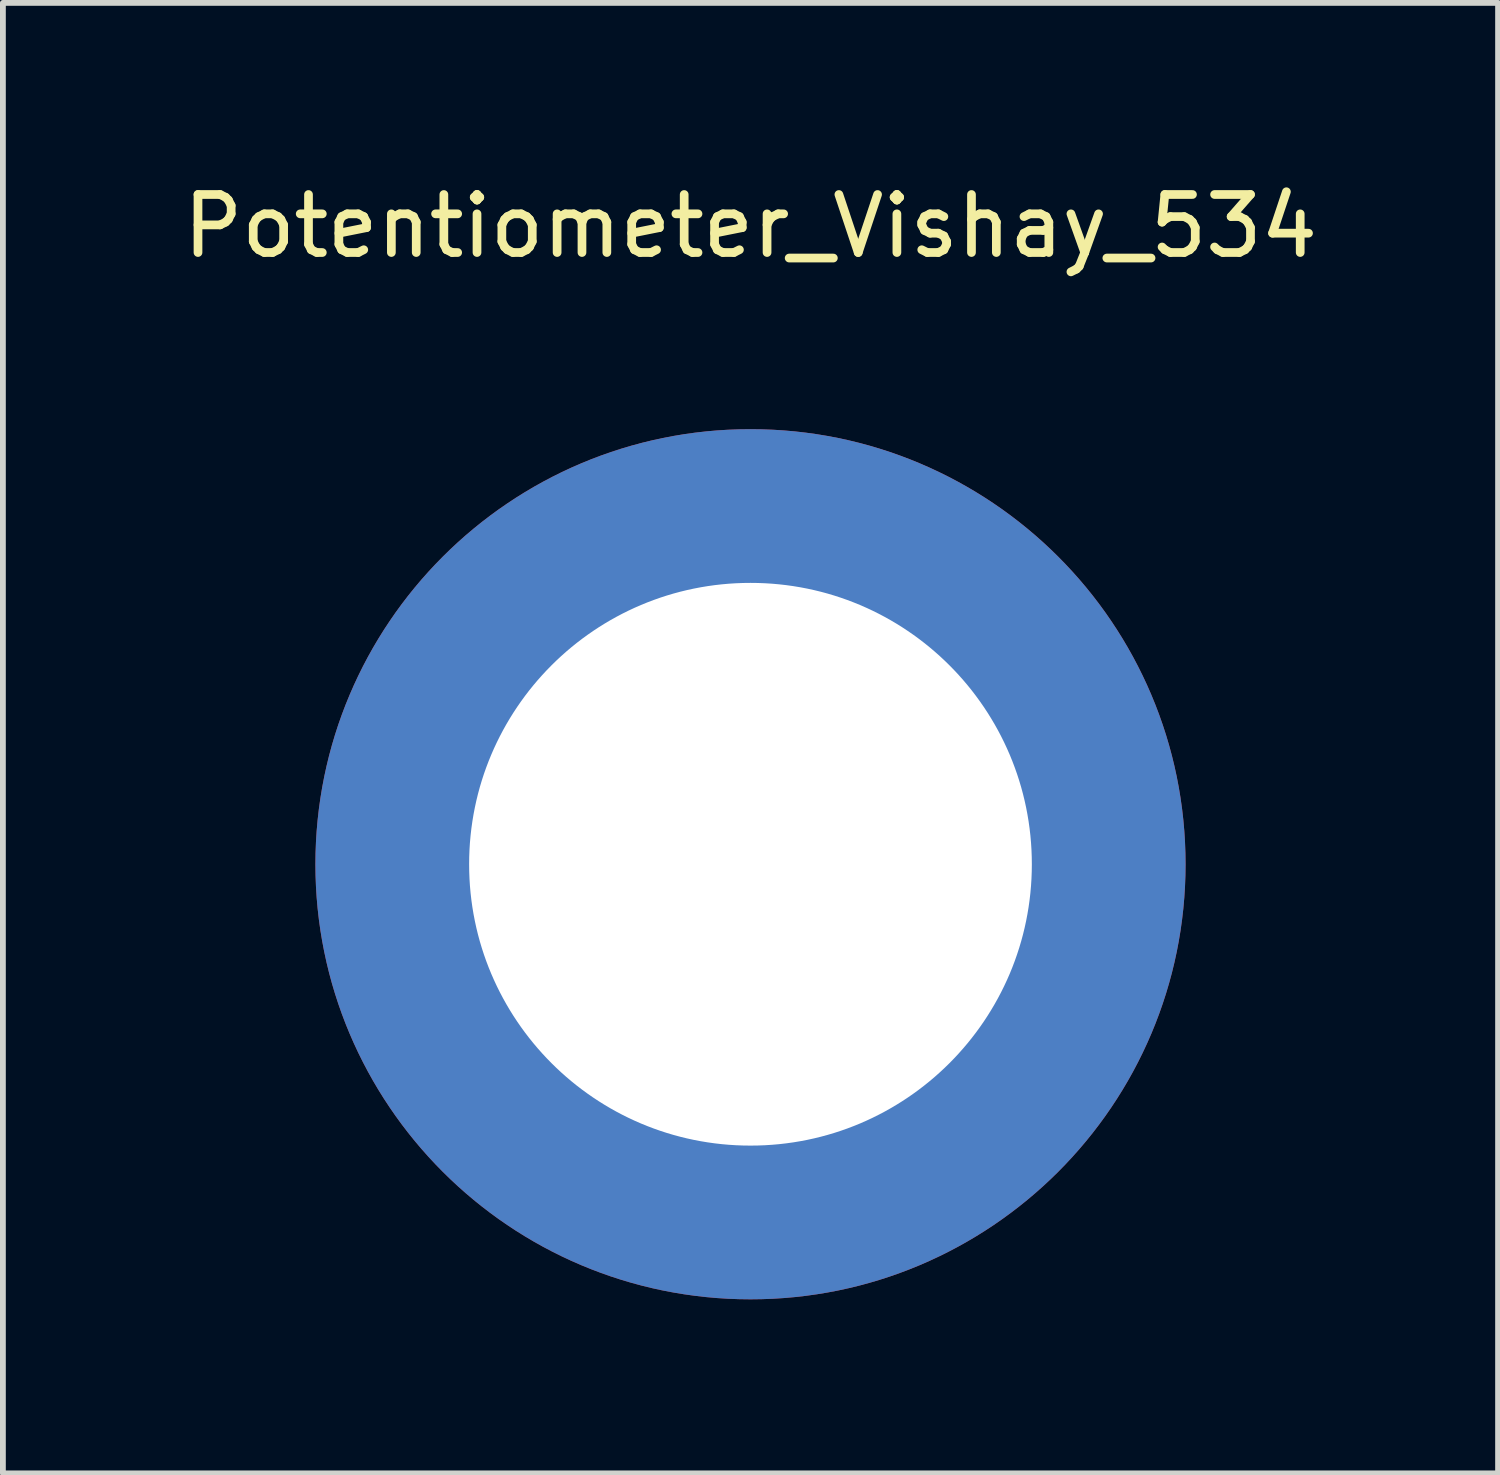
<source format=kicad_pcb>
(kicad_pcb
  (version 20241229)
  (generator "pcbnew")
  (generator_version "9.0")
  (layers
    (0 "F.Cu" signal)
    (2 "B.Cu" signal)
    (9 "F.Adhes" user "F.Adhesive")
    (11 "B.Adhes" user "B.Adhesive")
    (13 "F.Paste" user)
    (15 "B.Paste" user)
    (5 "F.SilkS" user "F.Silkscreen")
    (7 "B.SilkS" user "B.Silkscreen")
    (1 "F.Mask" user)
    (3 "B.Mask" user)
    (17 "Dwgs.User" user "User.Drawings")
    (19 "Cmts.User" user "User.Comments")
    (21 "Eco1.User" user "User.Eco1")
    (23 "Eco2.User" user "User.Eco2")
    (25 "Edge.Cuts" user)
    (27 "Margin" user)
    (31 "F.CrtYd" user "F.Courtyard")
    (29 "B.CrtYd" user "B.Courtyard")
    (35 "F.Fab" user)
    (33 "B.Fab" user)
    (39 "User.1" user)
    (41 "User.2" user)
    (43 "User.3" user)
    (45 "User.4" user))
  (footprint "Potentiometer_Vishay_534"
    (layer "F.Cu")
    (at 9.887 11.848)
    (property "Reference" "Potentiometer_Vishay_534" (at 0 -11 0) (unlocked yes) (layer "F.SilkS") (effects (font (size 1 1) (thickness 0.15))))
    (attr smd)
    (pad "1" thru_hole circle (at 0 0) (size 15 15) (drill 9.7) (layers "*.Cu" "*.Mask")))
  (gr_rect
    (start -3 -3)
    (end 22.774 22.348)
    (stroke (width 0.1) (type default))
    (fill no)
    (layer "Edge.Cuts")))
</source>
